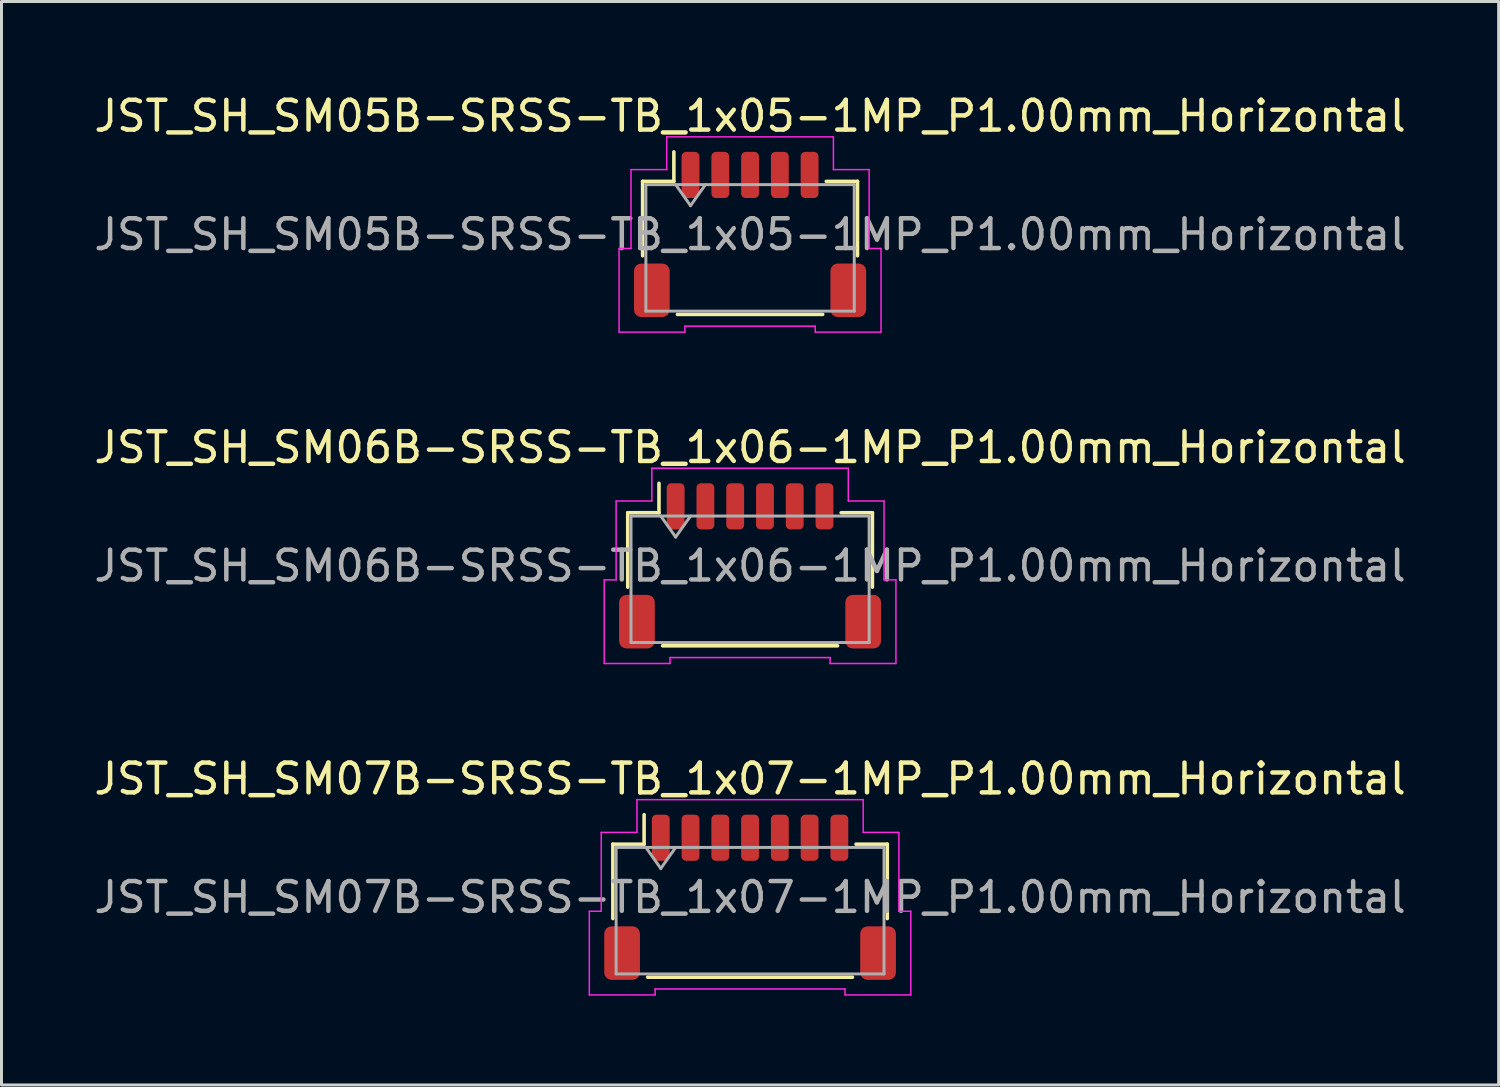
<source format=kicad_pcb>
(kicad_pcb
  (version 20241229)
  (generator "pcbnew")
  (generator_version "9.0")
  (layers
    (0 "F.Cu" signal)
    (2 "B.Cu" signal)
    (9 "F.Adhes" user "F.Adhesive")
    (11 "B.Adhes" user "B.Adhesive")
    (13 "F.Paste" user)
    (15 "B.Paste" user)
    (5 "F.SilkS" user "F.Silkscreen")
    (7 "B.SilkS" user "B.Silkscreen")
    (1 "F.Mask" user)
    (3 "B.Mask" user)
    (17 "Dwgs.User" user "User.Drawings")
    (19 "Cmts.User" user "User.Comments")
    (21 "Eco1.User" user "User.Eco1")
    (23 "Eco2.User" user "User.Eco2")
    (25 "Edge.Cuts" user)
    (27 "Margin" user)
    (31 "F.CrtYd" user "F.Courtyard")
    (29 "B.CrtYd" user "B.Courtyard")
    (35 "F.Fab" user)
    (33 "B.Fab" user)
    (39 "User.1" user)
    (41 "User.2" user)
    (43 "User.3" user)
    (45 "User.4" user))
  (footprint "JST_SH_SM07B-SRSS-TB_1x07-1MP_P1.00mm_Horizontal"
    (layer "F.Cu")
    (at 22.149 27.095)
    (property "Reference" "JST_SH_SM07B-SRSS-TB_1x07-1MP_P1.00mm_Horizontal" (at 0 -3.98 0) (layer "F.SilkS") (effects (font (size 1 1) (thickness 0.15))))
    (attr smd)
    (fp_line (start -4.61 -1.785) (end -3.56 -1.785) (stroke (width 0.12) (type solid)) (layer "F.SilkS"))
    (fp_line (start -4.61 0.715) (end -4.61 -1.785) (stroke (width 0.12) (type solid)) (layer "F.SilkS"))
    (fp_line (start -3.56 -1.785) (end -3.56 -2.775) (stroke (width 0.12) (type solid)) (layer "F.SilkS"))
    (fp_line (start -3.44 2.685) (end 3.44 2.685) (stroke (width 0.12) (type solid)) (layer "F.SilkS"))
    (fp_line (start 4.61 -1.785) (end 3.56 -1.785) (stroke (width 0.12) (type solid)) (layer "F.SilkS"))
    (fp_line (start 4.61 0.715) (end 4.61 -1.785) (stroke (width 0.12) (type solid)) (layer "F.SilkS"))
    (fp_line (start -5.4 0.47) (end -5 0.47) (stroke (width 0.05) (type solid)) (layer "F.CrtYd"))
    (fp_line (start -5.4 3.28) (end -5.4 0.47) (stroke (width 0.05) (type solid)) (layer "F.CrtYd"))
    (fp_line (start -5 -2.18) (end -3.8 -2.18) (stroke (width 0.05) (type solid)) (layer "F.CrtYd"))
    (fp_line (start -5 0.47) (end -5 -2.18) (stroke (width 0.05) (type solid)) (layer "F.CrtYd"))
    (fp_line (start -3.8 -3.28) (end 3.8 -3.28) (stroke (width 0.05) (type solid)) (layer "F.CrtYd"))
    (fp_line (start -3.8 -2.18) (end -3.8 -3.28) (stroke (width 0.05) (type solid)) (layer "F.CrtYd"))
    (fp_line (start -3.19 3.08) (end -3.19 3.28) (stroke (width 0.05) (type solid)) (layer "F.CrtYd"))
    (fp_line (start -3.19 3.28) (end -5.4 3.28) (stroke (width 0.05) (type solid)) (layer "F.CrtYd"))
    (fp_line (start 3.19 3.08) (end -3.19 3.08) (stroke (width 0.05) (type solid)) (layer "F.CrtYd"))
    (fp_line (start 3.19 3.28) (end 3.19 3.08) (stroke (width 0.05) (type solid)) (layer "F.CrtYd"))
    (fp_line (start 3.8 -3.28) (end 3.8 -2.18) (stroke (width 0.05) (type solid)) (layer "F.CrtYd"))
    (fp_line (start 3.8 -2.18) (end 5 -2.18) (stroke (width 0.05) (type solid)) (layer "F.CrtYd"))
    (fp_line (start 5 -2.18) (end 5 0.47) (stroke (width 0.05) (type solid)) (layer "F.CrtYd"))
    (fp_line (start 5 0.47) (end 5.4 0.47) (stroke (width 0.05) (type solid)) (layer "F.CrtYd"))
    (fp_line (start 5.4 0.47) (end 5.4 3.28) (stroke (width 0.05) (type solid)) (layer "F.CrtYd"))
    (fp_line (start 5.4 3.28) (end 3.19 3.28) (stroke (width 0.05) (type solid)) (layer "F.CrtYd"))
    (fp_line (start -4.5 -1.675) (end -4.5 2.575) (stroke (width 0.1) (type solid)) (layer "F.Fab"))
    (fp_line (start -4.5 -1.675) (end 4.5 -1.675) (stroke (width 0.1) (type solid)) (layer "F.Fab"))
    (fp_line (start -4.5 2.575) (end 4.5 2.575) (stroke (width 0.1) (type solid)) (layer "F.Fab"))
    (fp_line (start -3.5 -1.675) (end -3 -0.968) (stroke (width 0.1) (type solid)) (layer "F.Fab"))
    (fp_line (start -3 -0.968) (end -2.5 -1.675) (stroke (width 0.1) (type solid)) (layer "F.Fab"))
    (fp_line (start 4.5 -1.675) (end 4.5 2.575) (stroke (width 0.1) (type solid)) (layer "F.Fab"))
    (fp_text user "${REFERENCE}" (at 0 0 0) (layer "F.Fab") (effects (font (size 1 1) (thickness 0.15))))
    (pad "1" smd roundrect (at -3 -2) (size 0.6 1.55) (layers "F.Cu" "F.Mask" "F.Paste") (roundrect_rratio 0.25))
    (pad "2" smd roundrect (at -2 -2) (size 0.6 1.55) (layers "F.Cu" "F.Mask" "F.Paste") (roundrect_rratio 0.25))
    (pad "3" smd roundrect (at -1 -2) (size 0.6 1.55) (layers "F.Cu" "F.Mask" "F.Paste") (roundrect_rratio 0.25))
    (pad "4" smd roundrect (at 0 -2) (size 0.6 1.55) (layers "F.Cu" "F.Mask" "F.Paste") (roundrect_rratio 0.25))
    (pad "5" smd roundrect (at 1 -2) (size 0.6 1.55) (layers "F.Cu" "F.Mask" "F.Paste") (roundrect_rratio 0.25))
    (pad "6" smd roundrect (at 2 -2) (size 0.6 1.55) (layers "F.Cu" "F.Mask" "F.Paste") (roundrect_rratio 0.25))
    (pad "7" smd roundrect (at 3 -2) (size 0.6 1.55) (layers "F.Cu" "F.Mask" "F.Paste") (roundrect_rratio 0.25))
    (pad "MP" smd roundrect (at -4.3 1.875) (size 1.2 1.8) (layers "F.Cu" "F.Mask" "F.Paste") (roundrect_rratio 0.208))
    (pad "MP" smd roundrect (at 4.3 1.875) (size 1.2 1.8) (layers "F.Cu" "F.Mask" "F.Paste") (roundrect_rratio 0.208)))
  (footprint "JST_SH_SM05B-SRSS-TB_1x05-1MP_P1.00mm_Horizontal"
    (layer "F.Cu")
    (at 22.149 4.828)
    (property "Reference" "JST_SH_SM05B-SRSS-TB_1x05-1MP_P1.00mm_Horizontal" (at 0 -3.98 0) (layer "F.SilkS") (effects (font (size 1 1) (thickness 0.15))))
    (attr smd)
    (fp_line (start -3.61 -1.785) (end -2.56 -1.785) (stroke (width 0.12) (type solid)) (layer "F.SilkS"))
    (fp_line (start -3.61 0.715) (end -3.61 -1.785) (stroke (width 0.12) (type solid)) (layer "F.SilkS"))
    (fp_line (start -2.56 -1.785) (end -2.56 -2.775) (stroke (width 0.12) (type solid)) (layer "F.SilkS"))
    (fp_line (start -2.44 2.685) (end 2.44 2.685) (stroke (width 0.12) (type solid)) (layer "F.SilkS"))
    (fp_line (start 3.61 -1.785) (end 2.56 -1.785) (stroke (width 0.12) (type solid)) (layer "F.SilkS"))
    (fp_line (start 3.61 0.715) (end 3.61 -1.785) (stroke (width 0.12) (type solid)) (layer "F.SilkS"))
    (fp_line (start -4.4 0.47) (end -4 0.47) (stroke (width 0.05) (type solid)) (layer "F.CrtYd"))
    (fp_line (start -4.4 3.28) (end -4.4 0.47) (stroke (width 0.05) (type solid)) (layer "F.CrtYd"))
    (fp_line (start -4 -2.18) (end -2.8 -2.18) (stroke (width 0.05) (type solid)) (layer "F.CrtYd"))
    (fp_line (start -4 0.47) (end -4 -2.18) (stroke (width 0.05) (type solid)) (layer "F.CrtYd"))
    (fp_line (start -2.8 -3.28) (end 2.8 -3.28) (stroke (width 0.05) (type solid)) (layer "F.CrtYd"))
    (fp_line (start -2.8 -2.18) (end -2.8 -3.28) (stroke (width 0.05) (type solid)) (layer "F.CrtYd"))
    (fp_line (start -2.19 3.08) (end -2.19 3.28) (stroke (width 0.05) (type solid)) (layer "F.CrtYd"))
    (fp_line (start -2.19 3.28) (end -4.4 3.28) (stroke (width 0.05) (type solid)) (layer "F.CrtYd"))
    (fp_line (start 2.19 3.08) (end -2.19 3.08) (stroke (width 0.05) (type solid)) (layer "F.CrtYd"))
    (fp_line (start 2.19 3.28) (end 2.19 3.08) (stroke (width 0.05) (type solid)) (layer "F.CrtYd"))
    (fp_line (start 2.8 -3.28) (end 2.8 -2.18) (stroke (width 0.05) (type solid)) (layer "F.CrtYd"))
    (fp_line (start 2.8 -2.18) (end 4 -2.18) (stroke (width 0.05) (type solid)) (layer "F.CrtYd"))
    (fp_line (start 4 -2.18) (end 4 0.47) (stroke (width 0.05) (type solid)) (layer "F.CrtYd"))
    (fp_line (start 4 0.47) (end 4.4 0.47) (stroke (width 0.05) (type solid)) (layer "F.CrtYd"))
    (fp_line (start 4.4 0.47) (end 4.4 3.28) (stroke (width 0.05) (type solid)) (layer "F.CrtYd"))
    (fp_line (start 4.4 3.28) (end 2.19 3.28) (stroke (width 0.05) (type solid)) (layer "F.CrtYd"))
    (fp_line (start -3.5 -1.675) (end -3.5 2.575) (stroke (width 0.1) (type solid)) (layer "F.Fab"))
    (fp_line (start -3.5 -1.675) (end 3.5 -1.675) (stroke (width 0.1) (type solid)) (layer "F.Fab"))
    (fp_line (start -3.5 2.575) (end 3.5 2.575) (stroke (width 0.1) (type solid)) (layer "F.Fab"))
    (fp_line (start -2.5 -1.675) (end -2 -0.968) (stroke (width 0.1) (type solid)) (layer "F.Fab"))
    (fp_line (start -2 -0.968) (end -1.5 -1.675) (stroke (width 0.1) (type solid)) (layer "F.Fab"))
    (fp_line (start 3.5 -1.675) (end 3.5 2.575) (stroke (width 0.1) (type solid)) (layer "F.Fab"))
    (fp_text user "${REFERENCE}" (at 0 0 0) (layer "F.Fab") (effects (font (size 1 1) (thickness 0.15))))
    (pad "1" smd roundrect (at -2 -2) (size 0.6 1.55) (layers "F.Cu" "F.Mask" "F.Paste") (roundrect_rratio 0.25))
    (pad "2" smd roundrect (at -1 -2) (size 0.6 1.55) (layers "F.Cu" "F.Mask" "F.Paste") (roundrect_rratio 0.25))
    (pad "3" smd roundrect (at 0 -2) (size 0.6 1.55) (layers "F.Cu" "F.Mask" "F.Paste") (roundrect_rratio 0.25))
    (pad "4" smd roundrect (at 1 -2) (size 0.6 1.55) (layers "F.Cu" "F.Mask" "F.Paste") (roundrect_rratio 0.25))
    (pad "5" smd roundrect (at 2 -2) (size 0.6 1.55) (layers "F.Cu" "F.Mask" "F.Paste") (roundrect_rratio 0.25))
    (pad "MP" smd roundrect (at -3.3 1.875) (size 1.2 1.8) (layers "F.Cu" "F.Mask" "F.Paste") (roundrect_rratio 0.208))
    (pad "MP" smd roundrect (at 3.3 1.875) (size 1.2 1.8) (layers "F.Cu" "F.Mask" "F.Paste") (roundrect_rratio 0.208)))
  (footprint "JST_SH_SM06B-SRSS-TB_1x06-1MP_P1.00mm_Horizontal"
    (layer "F.Cu")
    (at 22.149 15.961)
    (property "Reference" "JST_SH_SM06B-SRSS-TB_1x06-1MP_P1.00mm_Horizontal" (at 0 -3.98 0) (layer "F.SilkS") (effects (font (size 1 1) (thickness 0.15))))
    (attr smd)
    (fp_line (start -4.11 -1.785) (end -3.06 -1.785) (stroke (width 0.12) (type solid)) (layer "F.SilkS"))
    (fp_line (start -4.11 0.715) (end -4.11 -1.785) (stroke (width 0.12) (type solid)) (layer "F.SilkS"))
    (fp_line (start -3.06 -1.785) (end -3.06 -2.775) (stroke (width 0.12) (type solid)) (layer "F.SilkS"))
    (fp_line (start -2.94 2.685) (end 2.94 2.685) (stroke (width 0.12) (type solid)) (layer "F.SilkS"))
    (fp_line (start 4.11 -1.785) (end 3.06 -1.785) (stroke (width 0.12) (type solid)) (layer "F.SilkS"))
    (fp_line (start 4.11 0.715) (end 4.11 -1.785) (stroke (width 0.12) (type solid)) (layer "F.SilkS"))
    (fp_line (start -4.9 0.47) (end -4.5 0.47) (stroke (width 0.05) (type solid)) (layer "F.CrtYd"))
    (fp_line (start -4.9 3.28) (end -4.9 0.47) (stroke (width 0.05) (type solid)) (layer "F.CrtYd"))
    (fp_line (start -4.5 -2.18) (end -3.3 -2.18) (stroke (width 0.05) (type solid)) (layer "F.CrtYd"))
    (fp_line (start -4.5 0.47) (end -4.5 -2.18) (stroke (width 0.05) (type solid)) (layer "F.CrtYd"))
    (fp_line (start -3.3 -3.28) (end 3.3 -3.28) (stroke (width 0.05) (type solid)) (layer "F.CrtYd"))
    (fp_line (start -3.3 -2.18) (end -3.3 -3.28) (stroke (width 0.05) (type solid)) (layer "F.CrtYd"))
    (fp_line (start -2.69 3.08) (end -2.69 3.28) (stroke (width 0.05) (type solid)) (layer "F.CrtYd"))
    (fp_line (start -2.69 3.28) (end -4.9 3.28) (stroke (width 0.05) (type solid)) (layer "F.CrtYd"))
    (fp_line (start 2.69 3.08) (end -2.69 3.08) (stroke (width 0.05) (type solid)) (layer "F.CrtYd"))
    (fp_line (start 2.69 3.28) (end 2.69 3.08) (stroke (width 0.05) (type solid)) (layer "F.CrtYd"))
    (fp_line (start 3.3 -3.28) (end 3.3 -2.18) (stroke (width 0.05) (type solid)) (layer "F.CrtYd"))
    (fp_line (start 3.3 -2.18) (end 4.5 -2.18) (stroke (width 0.05) (type solid)) (layer "F.CrtYd"))
    (fp_line (start 4.5 -2.18) (end 4.5 0.47) (stroke (width 0.05) (type solid)) (layer "F.CrtYd"))
    (fp_line (start 4.5 0.47) (end 4.9 0.47) (stroke (width 0.05) (type solid)) (layer "F.CrtYd"))
    (fp_line (start 4.9 0.47) (end 4.9 3.28) (stroke (width 0.05) (type solid)) (layer "F.CrtYd"))
    (fp_line (start 4.9 3.28) (end 2.69 3.28) (stroke (width 0.05) (type solid)) (layer "F.CrtYd"))
    (fp_line (start -4 -1.675) (end -4 2.575) (stroke (width 0.1) (type solid)) (layer "F.Fab"))
    (fp_line (start -4 -1.675) (end 4 -1.675) (stroke (width 0.1) (type solid)) (layer "F.Fab"))
    (fp_line (start -4 2.575) (end 4 2.575) (stroke (width 0.1) (type solid)) (layer "F.Fab"))
    (fp_line (start -3 -1.675) (end -2.5 -0.968) (stroke (width 0.1) (type solid)) (layer "F.Fab"))
    (fp_line (start -2.5 -0.968) (end -2 -1.675) (stroke (width 0.1) (type solid)) (layer "F.Fab"))
    (fp_line (start 4 -1.675) (end 4 2.575) (stroke (width 0.1) (type solid)) (layer "F.Fab"))
    (fp_text user "${REFERENCE}" (at 0 0 0) (layer "F.Fab") (effects (font (size 1 1) (thickness 0.15))))
    (pad "1" smd roundrect (at -2.5 -2) (size 0.6 1.55) (layers "F.Cu" "F.Mask" "F.Paste") (roundrect_rratio 0.25))
    (pad "2" smd roundrect (at -1.5 -2) (size 0.6 1.55) (layers "F.Cu" "F.Mask" "F.Paste") (roundrect_rratio 0.25))
    (pad "3" smd roundrect (at -0.5 -2) (size 0.6 1.55) (layers "F.Cu" "F.Mask" "F.Paste") (roundrect_rratio 0.25))
    (pad "4" smd roundrect (at 0.5 -2) (size 0.6 1.55) (layers "F.Cu" "F.Mask" "F.Paste") (roundrect_rratio 0.25))
    (pad "5" smd roundrect (at 1.5 -2) (size 0.6 1.55) (layers "F.Cu" "F.Mask" "F.Paste") (roundrect_rratio 0.25))
    (pad "6" smd roundrect (at 2.5 -2) (size 0.6 1.55) (layers "F.Cu" "F.Mask" "F.Paste") (roundrect_rratio 0.25))
    (pad "MP" smd roundrect (at -3.8 1.875) (size 1.2 1.8) (layers "F.Cu" "F.Mask" "F.Paste") (roundrect_rratio 0.208))
    (pad "MP" smd roundrect (at 3.8 1.875) (size 1.2 1.8) (layers "F.Cu" "F.Mask" "F.Paste") (roundrect_rratio 0.208)))
  (gr_rect
    (start -3 -3)
    (end 47.298 33.4)
    (stroke (width 0.1) (type default))
    (fill no)
    (layer "Edge.Cuts")))
</source>
